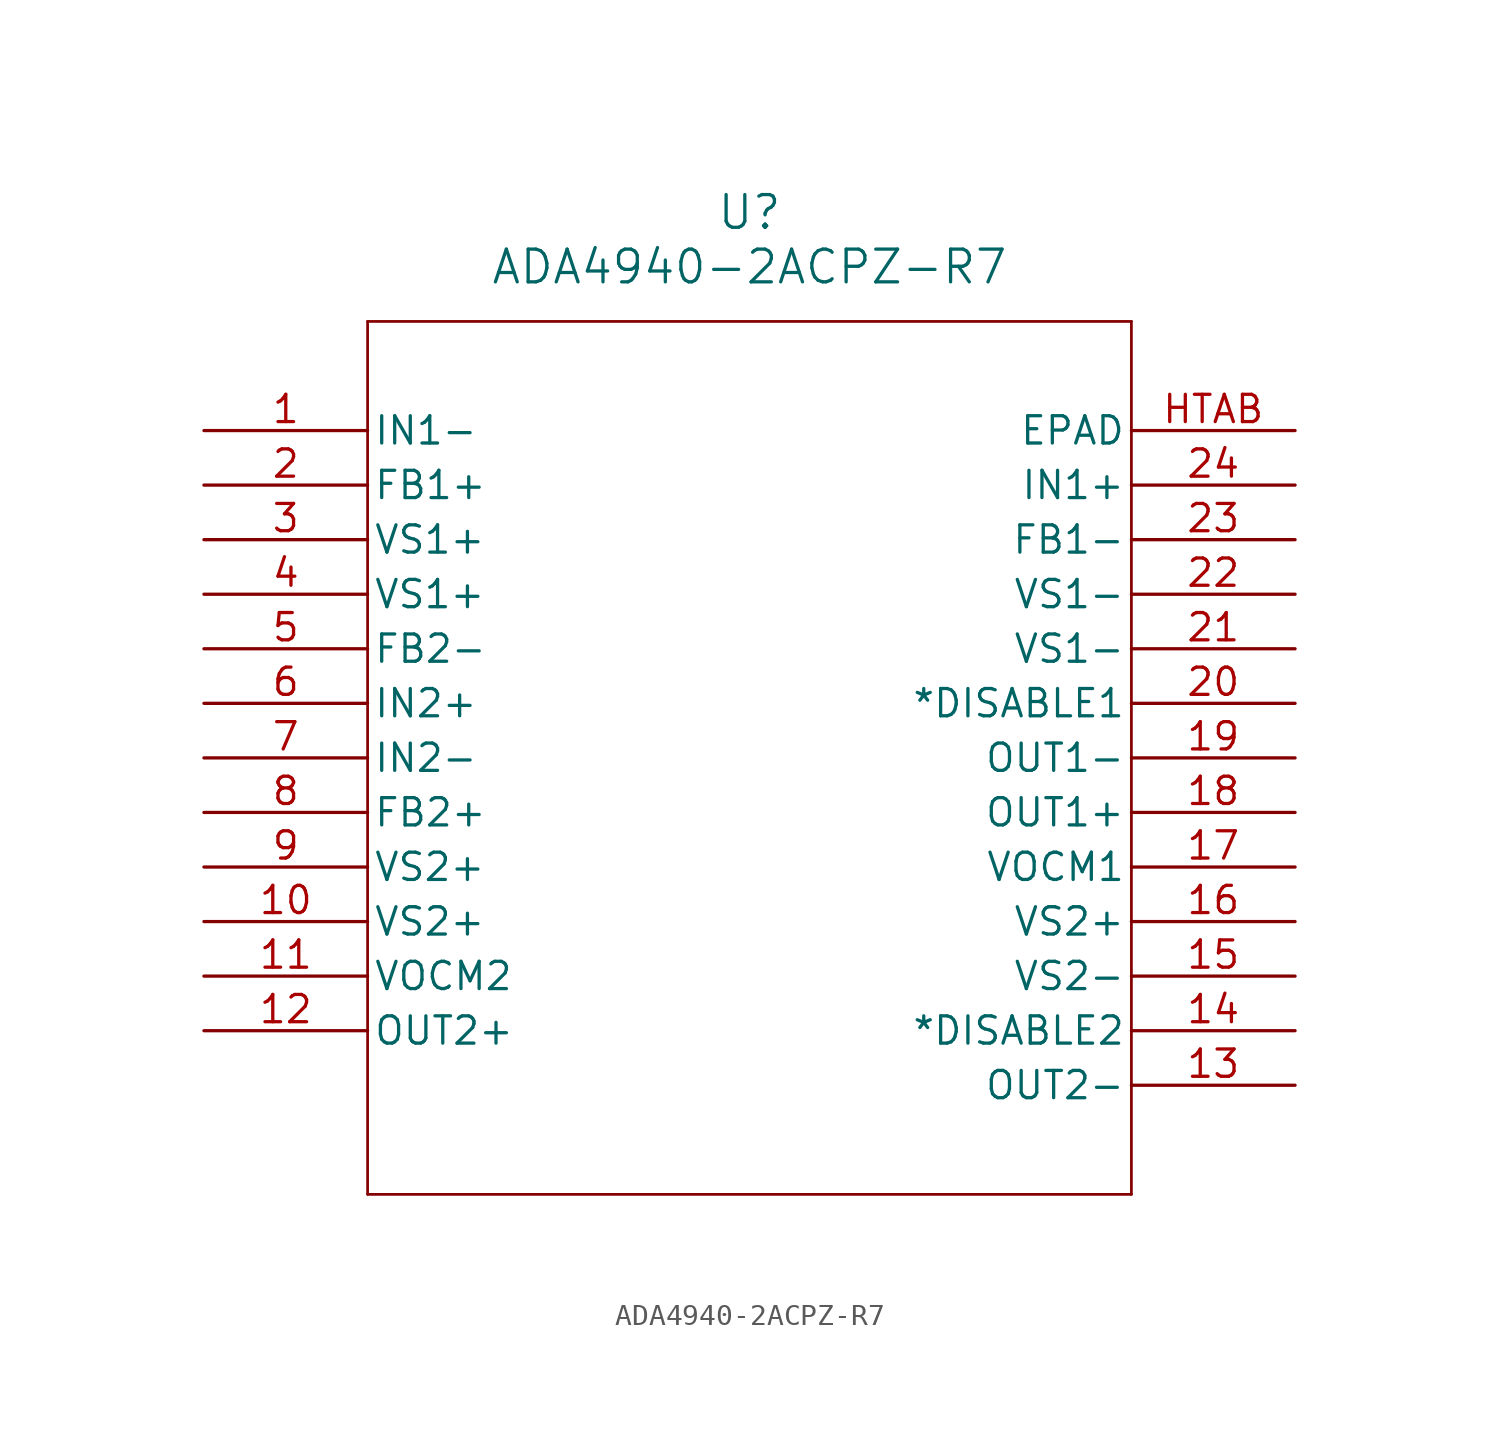
<source format=kicad_sym>
(kicad_symbol_lib
  (version 20211014)
  (generator kicad_symbol_editor)
  (symbol "ADA4940-2ACPZ-R7"
    (pin_names
      (offset 0.254))
    (property "Reference" "U"
      (at 25.4 10.16 0)
      (effects (font (size 1.524 1.524))))
    (property "Value" "ADA4940-2ACPZ-R7"
      (at 25.4 7.62 0)
      (effects (font (size 1.524 1.524))))
    (symbol "ADA4940-2ACPZ-R7_0_1"
      (polyline (pts (xy 7.62 5.08) (xy 7.62 -35.56)) (stroke (width 0.127) (type default) (color 0 0 0 0)) (fill (type none)))
      (polyline (pts (xy 7.62 -35.56) (xy 43.18 -35.56)) (stroke (width 0.127) (type default) (color 0 0 0 0)) (fill (type none)))
      (polyline (pts (xy 43.18 -35.56) (xy 43.18 5.08)) (stroke (width 0.127) (type default) (color 0 0 0 0)) (fill (type none)))
      (polyline (pts (xy 43.18 5.08) (xy 7.62 5.08)) (stroke (width 0.127) (type default) (color 0 0 0 0)) (fill (type none)))
      (pin input line (at 0 0 0) (length 7.62) (name "IN1-" (effects (font (size 1.27 1.27)))) (number "1" (effects (font (size 1.27 1.27)))))
      (pin output line (at 0 -2.54 0) (length 7.62) (name "FB1+" (effects (font (size 1.27 1.27)))) (number "2" (effects (font (size 1.27 1.27)))))
      (pin power_in line (at 0 -5.08 0) (length 7.62) (name "VS1+" (effects (font (size 1.27 1.27)))) (number "3" (effects (font (size 1.27 1.27)))))
      (pin power_in line (at 0 -7.62 0) (length 7.62) (name "VS1+" (effects (font (size 1.27 1.27)))) (number "4" (effects (font (size 1.27 1.27)))))
      (pin output line (at 0 -10.16 0) (length 7.62) (name "FB2-" (effects (font (size 1.27 1.27)))) (number "5" (effects (font (size 1.27 1.27)))))
      (pin input line (at 0 -12.7 0) (length 7.62) (name "IN2+" (effects (font (size 1.27 1.27)))) (number "6" (effects (font (size 1.27 1.27)))))
      (pin input line (at 0 -15.24 0) (length 7.62) (name "IN2-" (effects (font (size 1.27 1.27)))) (number "7" (effects (font (size 1.27 1.27)))))
      (pin output line (at 0 -17.78 0) (length 7.62) (name "FB2+" (effects (font (size 1.27 1.27)))) (number "8" (effects (font (size 1.27 1.27)))))
      (pin power_in line (at 0 -20.32 0) (length 7.62) (name "VS2+" (effects (font (size 1.27 1.27)))) (number "9" (effects (font (size 1.27 1.27)))))
      (pin power_in line (at 0 -22.86 0) (length 7.62) (name "VS2+" (effects (font (size 1.27 1.27)))) (number "10" (effects (font (size 1.27 1.27)))))
      (pin output line (at 0 -25.4 0) (length 7.62) (name "VOCM2" (effects (font (size 1.27 1.27)))) (number "11" (effects (font (size 1.27 1.27)))))
      (pin output line (at 0 -27.94 0) (length 7.62) (name "OUT2+" (effects (font (size 1.27 1.27)))) (number "12" (effects (font (size 1.27 1.27)))))
      (pin output line (at 50.8 -30.48 180) (length 7.62) (name "OUT2-" (effects (font (size 1.27 1.27)))) (number "13" (effects (font (size 1.27 1.27)))))
      (pin unspecified line (at 50.8 -27.94 180) (length 7.62) (name "*DISABLE2" (effects (font (size 1.27 1.27)))) (number "14" (effects (font (size 1.27 1.27)))))
      (pin power_in line (at 50.8 -25.4 180) (length 7.62) (name "VS2-" (effects (font (size 1.27 1.27)))) (number "15" (effects (font (size 1.27 1.27)))))
      (pin power_in line (at 50.8 -22.86 180) (length 7.62) (name "VS2+" (effects (font (size 1.27 1.27)))) (number "16" (effects (font (size 1.27 1.27)))))
      (pin output line (at 50.8 -20.32 180) (length 7.62) (name "VOCM1" (effects (font (size 1.27 1.27)))) (number "17" (effects (font (size 1.27 1.27)))))
      (pin output line (at 50.8 -17.78 180) (length 7.62) (name "OUT1+" (effects (font (size 1.27 1.27)))) (number "18" (effects (font (size 1.27 1.27)))))
      (pin output line (at 50.8 -15.24 180) (length 7.62) (name "OUT1-" (effects (font (size 1.27 1.27)))) (number "19" (effects (font (size 1.27 1.27)))))
      (pin unspecified line (at 50.8 -12.7 180) (length 7.62) (name "*DISABLE1" (effects (font (size 1.27 1.27)))) (number "20" (effects (font (size 1.27 1.27)))))
      (pin power_in line (at 50.8 -10.16 180) (length 7.62) (name "VS1-" (effects (font (size 1.27 1.27)))) (number "21" (effects (font (size 1.27 1.27)))))
      (pin power_in line (at 50.8 -7.62 180) (length 7.62) (name "VS1-" (effects (font (size 1.27 1.27)))) (number "22" (effects (font (size 1.27 1.27)))))
      (pin output line (at 50.8 -5.08 180) (length 7.62) (name "FB1-" (effects (font (size 1.27 1.27)))) (number "23" (effects (font (size 1.27 1.27)))))
      (pin input line (at 50.8 -2.54 180) (length 7.62) (name "IN1+" (effects (font (size 1.27 1.27)))) (number "24" (effects (font (size 1.27 1.27)))))
      (pin unspecified line (at 50.8 0 180) (length 7.62) (name "EPAD" (effects (font (size 1.27 1.27)))) (number "HTAB" (effects (font (size 1.27 1.27))))))))
</source>
